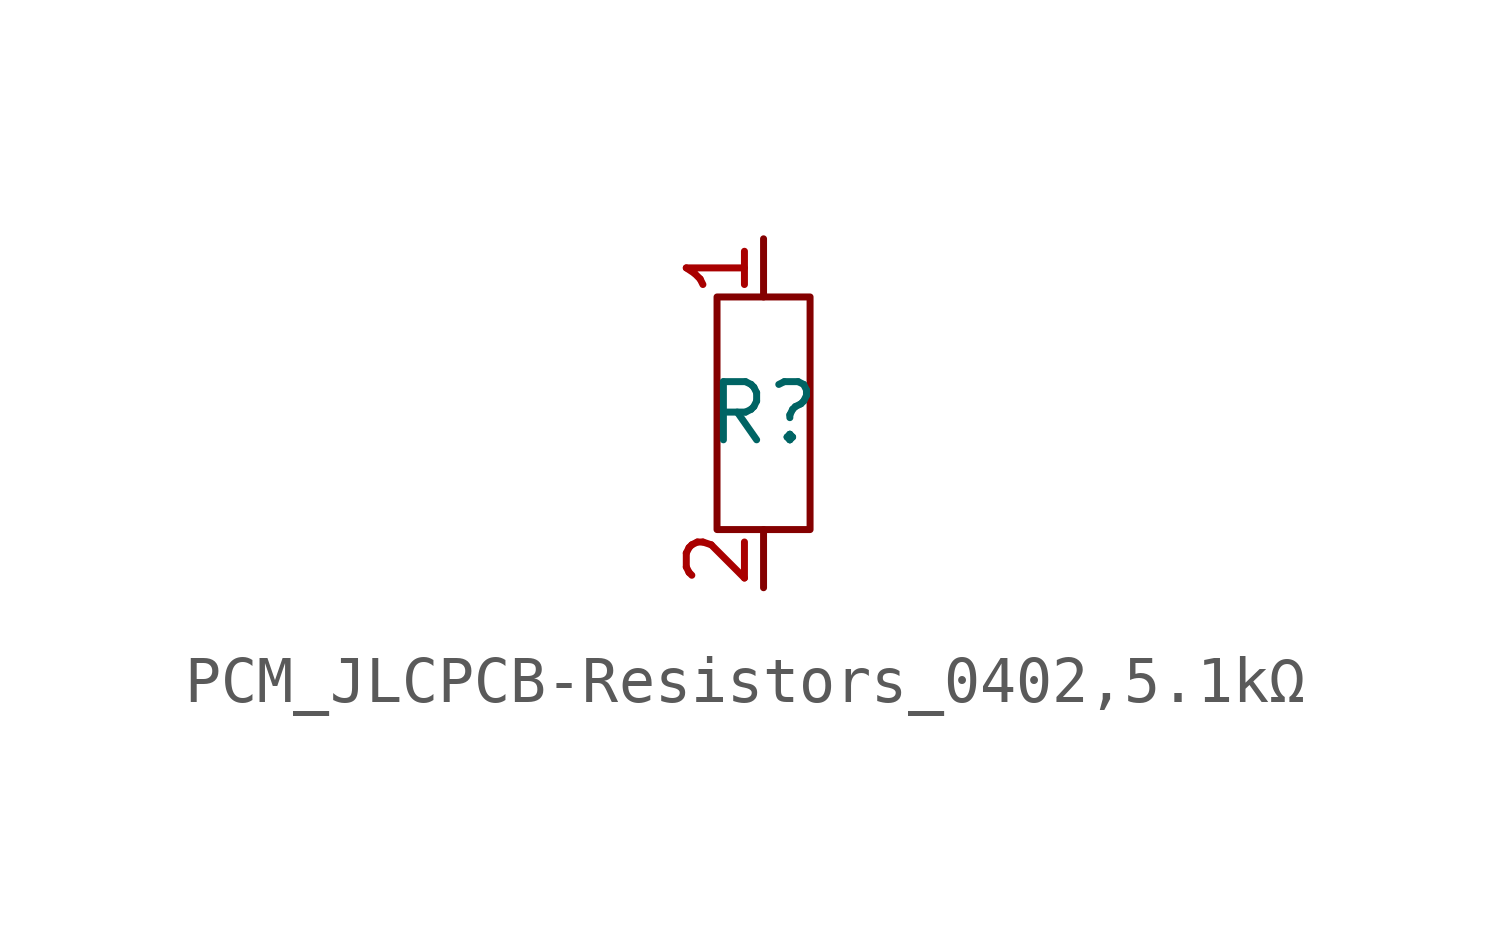
<source format=kicad_sym>
(kicad_symbol_lib
  (version 20241209)
  (generator "kicad_symbol_editor")
  (generator_version "9.0")
  (symbol "PCM_JLCPCB-Resistors_0402,5.1kΩ"
    (property "Reference" "R"
      (at 0 0 0)
      (effects (font (size 1.27 1.27))))
    (symbol "PCM_JLCPCB-Resistors_0402,5.1kΩ_1_0"
      (rectangle (start -1.016 2.54) (end 1.016 -2.54) (stroke (width 0) (type default)) (fill (type none)))
      (pin unspecified line (at 0 3.81 270) (length 1.27) (name "~" (effects (font (size 1.27 1.27)))) (number "1" (effects (font (size 1.27 1.27)))))
      (pin unspecified line (at 0 -3.81 90) (length 1.27) (name "~" (effects (font (size 1.27 1.27)))) (number "2" (effects (font (size 1.27 1.27))))))))
</source>
